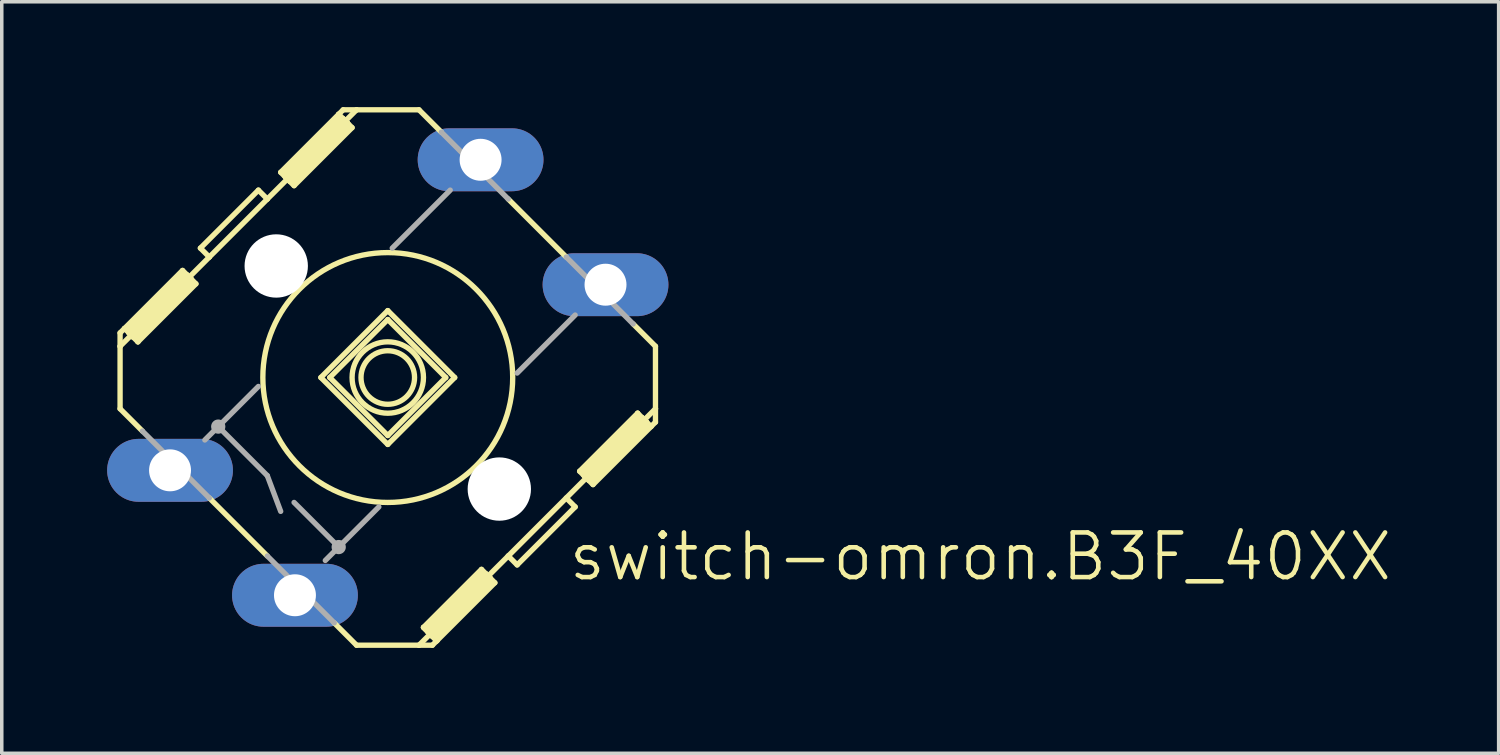
<source format=kicad_pcb>
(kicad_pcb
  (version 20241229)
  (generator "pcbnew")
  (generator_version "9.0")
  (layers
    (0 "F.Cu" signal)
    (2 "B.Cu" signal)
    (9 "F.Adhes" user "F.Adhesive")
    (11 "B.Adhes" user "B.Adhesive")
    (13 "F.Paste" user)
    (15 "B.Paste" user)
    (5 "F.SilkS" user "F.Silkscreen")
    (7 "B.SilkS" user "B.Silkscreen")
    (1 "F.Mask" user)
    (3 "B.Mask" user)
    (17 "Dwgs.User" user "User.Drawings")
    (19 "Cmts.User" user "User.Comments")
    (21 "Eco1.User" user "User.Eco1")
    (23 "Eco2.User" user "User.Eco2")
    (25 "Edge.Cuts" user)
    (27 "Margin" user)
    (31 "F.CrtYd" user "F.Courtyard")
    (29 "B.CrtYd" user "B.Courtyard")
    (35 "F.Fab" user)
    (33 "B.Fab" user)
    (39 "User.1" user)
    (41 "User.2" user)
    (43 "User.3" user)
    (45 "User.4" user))
  (footprint "switch-omron.B3F_40XX"
    (layer "F.Cu")
    (at 7.988 7.696)
    (property "Reference" "switch-omron.B3F_40XX" (at 5.08 5.842 0) (layer "F.SilkS") (effects (font (size 1.27 1.27) (thickness 0.13)) (justify left bottom)))
    (attr through_hole)
    (fp_line (start -7.62 -1.27) (end -7.62 -0.889) (stroke (width 0.152) (type default)) (layer "F.SilkS"))
    (fp_line (start -7.62 -0.889) (end -7.62 0.889) (stroke (width 0.152) (type default)) (layer "F.SilkS"))
    (fp_line (start -7.62 -0.889) (end -5.08 -3.429) (stroke (width 0.152) (type default)) (layer "F.SilkS"))
    (fp_line (start -7.62 0.889) (end -6.985 1.524) (stroke (width 0.152) (type default)) (layer "F.SilkS"))
    (fp_line (start -7.493 -1.397) (end -7.62 -1.27) (stroke (width 0.152) (type default)) (layer "F.SilkS"))
    (fp_line (start -7.493 -1.397) (end -7.366 -1.27) (stroke (width 0.152) (type default)) (layer "F.SilkS"))
    (fp_line (start -7.366 -1.397) (end -5.842 -2.921) (stroke (width 0.152) (type default)) (layer "F.SilkS"))
    (fp_line (start -7.366 -1.27) (end -7.366 -1.397) (stroke (width 0.152) (type default)) (layer "F.SilkS"))
    (fp_line (start -7.366 -1.27) (end -7.239 -1.143) (stroke (width 0.152) (type default)) (layer "F.SilkS"))
    (fp_line (start -7.366 -1.27) (end -5.715 -2.921) (stroke (width 0.152) (type default)) (layer "F.SilkS"))
    (fp_line (start -7.239 -1.143) (end -7.112 -1.016) (stroke (width 0.152) (type default)) (layer "F.SilkS"))
    (fp_line (start -7.112 -1.016) (end -7.112 -1.143) (stroke (width 0.152) (type default)) (layer "F.SilkS"))
    (fp_line (start -7.112 -1.016) (end -5.461 -2.667) (stroke (width 0.152) (type default)) (layer "F.SilkS"))
    (fp_line (start -5.842 -3.048) (end -7.493 -1.397) (stroke (width 0.152) (type default)) (layer "F.SilkS"))
    (fp_line (start -5.715 -2.921) (end -5.842 -3.048) (stroke (width 0.152) (type default)) (layer "F.SilkS"))
    (fp_line (start -5.588 -2.794) (end -7.239 -1.143) (stroke (width 0.152) (type default)) (layer "F.SilkS"))
    (fp_line (start -5.588 -2.794) (end -5.715 -2.921) (stroke (width 0.152) (type default)) (layer "F.SilkS"))
    (fp_line (start -5.588 -2.667) (end -7.112 -1.143) (stroke (width 0.152) (type default)) (layer "F.SilkS"))
    (fp_line (start -5.461 -2.667) (end -5.588 -2.794) (stroke (width 0.152) (type default)) (layer "F.SilkS"))
    (fp_line (start -5.08 -3.429) (end -5.334 -3.683) (stroke (width 0.152) (type default)) (layer "F.SilkS"))
    (fp_line (start -5.08 -3.429) (end -3.429 -5.08) (stroke (width 0.152) (type default)) (layer "F.SilkS"))
    (fp_line (start -5.08 3.429) (end -3.429 5.08) (stroke (width 0.152) (type default)) (layer "F.SilkS"))
    (fp_line (start -3.683 -5.334) (end -5.334 -3.683) (stroke (width 0.152) (type default)) (layer "F.SilkS"))
    (fp_line (start -3.683 -5.334) (end -3.429 -5.08) (stroke (width 0.152) (type default)) (layer "F.SilkS"))
    (fp_line (start -3.429 -5.08) (end -0.889 -7.62) (stroke (width 0.152) (type default)) (layer "F.SilkS"))
    (fp_line (start -3.048 -5.842) (end -2.921 -5.715) (stroke (width 0.152) (type default)) (layer "F.SilkS"))
    (fp_line (start -2.921 -5.842) (end -1.397 -7.366) (stroke (width 0.152) (type default)) (layer "F.SilkS"))
    (fp_line (start -2.921 -5.715) (end -2.794 -5.588) (stroke (width 0.152) (type default)) (layer "F.SilkS"))
    (fp_line (start -2.921 -5.715) (end -1.27 -7.366) (stroke (width 0.152) (type default)) (layer "F.SilkS"))
    (fp_line (start -2.794 -5.588) (end -2.667 -5.461) (stroke (width 0.152) (type default)) (layer "F.SilkS"))
    (fp_line (start -2.667 -5.461) (end -1.016 -7.112) (stroke (width 0.152) (type default)) (layer "F.SilkS"))
    (fp_line (start -1.524 6.985) (end -0.889 7.62) (stroke (width 0.152) (type default)) (layer "F.SilkS"))
    (fp_line (start -1.397 -7.493) (end -3.048 -5.842) (stroke (width 0.152) (type default)) (layer "F.SilkS"))
    (fp_line (start -1.397 -7.493) (end -1.397 -7.366) (stroke (width 0.152) (type default)) (layer "F.SilkS"))
    (fp_line (start -1.27 -7.62) (end -1.397 -7.493) (stroke (width 0.152) (type default)) (layer "F.SilkS"))
    (fp_line (start -1.27 -7.62) (end -0.889 -7.62) (stroke (width 0.152) (type default)) (layer "F.SilkS"))
    (fp_line (start -1.27 -7.366) (end -1.397 -7.493) (stroke (width 0.152) (type default)) (layer "F.SilkS"))
    (fp_line (start -1.143 -7.239) (end -2.794 -5.588) (stroke (width 0.152) (type default)) (layer "F.SilkS"))
    (fp_line (start -1.143 -7.239) (end -1.27 -7.366) (stroke (width 0.152) (type default)) (layer "F.SilkS"))
    (fp_line (start -1.143 -7.239) (end -1.143 -7.112) (stroke (width 0.152) (type default)) (layer "F.SilkS"))
    (fp_line (start -1.143 -7.112) (end -2.667 -5.588) (stroke (width 0.152) (type default)) (layer "F.SilkS"))
    (fp_line (start -1.016 -7.112) (end -1.143 -7.239) (stroke (width 0.152) (type default)) (layer "F.SilkS"))
    (fp_line (start -0.889 -7.62) (end 0.889 -7.62) (stroke (width 0.152) (type default)) (layer "F.SilkS"))
    (fp_line (start -0.889 7.62) (end 0.889 7.62) (stroke (width 0.152) (type default)) (layer "F.SilkS"))
    (fp_line (start 0 -1.905) (end -1.905 0) (stroke (width 0.152) (type default)) (layer "F.SilkS"))
    (fp_line (start 0 -1.905) (end 1.905 0) (stroke (width 0.152) (type default)) (layer "F.SilkS"))
    (fp_line (start 0 -1.651) (end -1.651 0) (stroke (width 0.152) (type default)) (layer "F.SilkS"))
    (fp_line (start 0 -1.651) (end 1.651 0) (stroke (width 0.152) (type default)) (layer "F.SilkS"))
    (fp_line (start 0 1.651) (end -1.651 0) (stroke (width 0.152) (type default)) (layer "F.SilkS"))
    (fp_line (start 0 1.651) (end 1.651 0) (stroke (width 0.152) (type default)) (layer "F.SilkS"))
    (fp_line (start 0 1.905) (end -1.905 0) (stroke (width 0.152) (type default)) (layer "F.SilkS"))
    (fp_line (start 0 1.905) (end 1.905 0) (stroke (width 0.152) (type default)) (layer "F.SilkS"))
    (fp_line (start 0.889 -7.62) (end 1.524 -6.985) (stroke (width 0.152) (type default)) (layer "F.SilkS"))
    (fp_line (start 0.889 7.62) (end 3.429 5.08) (stroke (width 0.152) (type default)) (layer "F.SilkS"))
    (fp_line (start 1.016 7.112) (end 1.143 7.239) (stroke (width 0.152) (type default)) (layer "F.SilkS"))
    (fp_line (start 1.143 7.112) (end 2.667 5.588) (stroke (width 0.152) (type default)) (layer "F.SilkS"))
    (fp_line (start 1.143 7.239) (end 1.143 7.112) (stroke (width 0.152) (type default)) (layer "F.SilkS"))
    (fp_line (start 1.143 7.239) (end 1.27 7.366) (stroke (width 0.152) (type default)) (layer "F.SilkS"))
    (fp_line (start 1.143 7.239) (end 2.794 5.588) (stroke (width 0.152) (type default)) (layer "F.SilkS"))
    (fp_line (start 1.27 7.366) (end 1.397 7.493) (stroke (width 0.152) (type default)) (layer "F.SilkS"))
    (fp_line (start 1.27 7.62) (end 0.889 7.62) (stroke (width 0.152) (type default)) (layer "F.SilkS"))
    (fp_line (start 1.27 7.62) (end 1.397 7.493) (stroke (width 0.152) (type default)) (layer "F.SilkS"))
    (fp_line (start 1.397 7.493) (end 1.016 7.112) (stroke (width 0.152) (type default)) (layer "F.SilkS"))
    (fp_line (start 1.397 7.493) (end 1.397 7.366) (stroke (width 0.152) (type default)) (layer "F.SilkS"))
    (fp_line (start 1.397 7.493) (end 3.048 5.842) (stroke (width 0.152) (type default)) (layer "F.SilkS"))
    (fp_line (start 2.667 5.461) (end 1.016 7.112) (stroke (width 0.152) (type default)) (layer "F.SilkS"))
    (fp_line (start 2.794 5.588) (end 2.667 5.461) (stroke (width 0.152) (type default)) (layer "F.SilkS"))
    (fp_line (start 2.921 5.715) (end 1.27 7.366) (stroke (width 0.152) (type default)) (layer "F.SilkS"))
    (fp_line (start 2.921 5.715) (end 2.794 5.588) (stroke (width 0.152) (type default)) (layer "F.SilkS"))
    (fp_line (start 2.921 5.842) (end 1.397 7.366) (stroke (width 0.152) (type default)) (layer "F.SilkS"))
    (fp_line (start 3.048 5.842) (end 2.921 5.715) (stroke (width 0.152) (type default)) (layer "F.SilkS"))
    (fp_line (start 3.429 -5.08) (end 5.08 -3.429) (stroke (width 0.152) (type default)) (layer "F.SilkS"))
    (fp_line (start 3.429 5.08) (end 7.62 0.889) (stroke (width 0.152) (type default)) (layer "F.SilkS"))
    (fp_line (start 3.683 5.334) (end 3.429 5.08) (stroke (width 0.152) (type default)) (layer "F.SilkS"))
    (fp_line (start 5.08 3.429) (end 5.334 3.683) (stroke (width 0.152) (type default)) (layer "F.SilkS"))
    (fp_line (start 5.334 3.683) (end 3.683 5.334) (stroke (width 0.152) (type default)) (layer "F.SilkS"))
    (fp_line (start 5.461 2.667) (end 5.588 2.794) (stroke (width 0.152) (type default)) (layer "F.SilkS"))
    (fp_line (start 5.588 2.667) (end 7.112 1.143) (stroke (width 0.152) (type default)) (layer "F.SilkS"))
    (fp_line (start 5.588 2.794) (end 5.715 2.921) (stroke (width 0.152) (type default)) (layer "F.SilkS"))
    (fp_line (start 5.588 2.794) (end 7.239 1.143) (stroke (width 0.152) (type default)) (layer "F.SilkS"))
    (fp_line (start 5.715 2.921) (end 5.842 3.048) (stroke (width 0.152) (type default)) (layer "F.SilkS"))
    (fp_line (start 5.842 3.048) (end 7.493 1.397) (stroke (width 0.152) (type default)) (layer "F.SilkS"))
    (fp_line (start 6.985 -1.524) (end 7.62 -0.889) (stroke (width 0.152) (type default)) (layer "F.SilkS"))
    (fp_line (start 7.112 1.016) (end 5.461 2.667) (stroke (width 0.152) (type default)) (layer "F.SilkS"))
    (fp_line (start 7.112 1.016) (end 7.112 1.143) (stroke (width 0.152) (type default)) (layer "F.SilkS"))
    (fp_line (start 7.239 1.143) (end 7.112 1.016) (stroke (width 0.152) (type default)) (layer "F.SilkS"))
    (fp_line (start 7.366 1.27) (end 5.715 2.921) (stroke (width 0.152) (type default)) (layer "F.SilkS"))
    (fp_line (start 7.366 1.27) (end 7.239 1.143) (stroke (width 0.152) (type default)) (layer "F.SilkS"))
    (fp_line (start 7.366 1.27) (end 7.366 1.397) (stroke (width 0.152) (type default)) (layer "F.SilkS"))
    (fp_line (start 7.366 1.397) (end 5.842 2.921) (stroke (width 0.152) (type default)) (layer "F.SilkS"))
    (fp_line (start 7.493 1.397) (end 7.366 1.27) (stroke (width 0.152) (type default)) (layer "F.SilkS"))
    (fp_line (start 7.493 1.397) (end 7.62 1.27) (stroke (width 0.152) (type default)) (layer "F.SilkS"))
    (fp_line (start 7.62 -0.889) (end 7.62 0.889) (stroke (width 0.152) (type default)) (layer "F.SilkS"))
    (fp_line (start 7.62 1.27) (end 7.62 0.889) (stroke (width 0.152) (type default)) (layer "F.SilkS"))
    (fp_circle (center 0 0) (end 0.762 0) (stroke (width 0.152) (type default)) (fill no) (layer "F.SilkS"))
    (fp_circle (center 0 0) (end 1.016 0) (stroke (width 0.152) (type default)) (fill no) (layer "F.SilkS"))
    (fp_circle (center 0 0) (end 3.556 0) (stroke (width 0.152) (type default)) (fill no) (layer "F.SilkS"))
    (fp_line (start -6.604 2.413) (end -5.969 3.048) (stroke (width 0.152) (type default)) (layer "F.Fab"))
    (fp_line (start -6.477 2.286) (end -6.604 2.413) (stroke (width 0.152) (type default)) (layer "F.Fab"))
    (fp_line (start -6.477 2.286) (end -6.477 2.413) (stroke (width 0.152) (type default)) (layer "F.Fab"))
    (fp_line (start -6.477 2.286) (end -5.842 2.921) (stroke (width 0.152) (type default)) (layer "F.Fab"))
    (fp_line (start -6.477 2.413) (end -5.969 2.921) (stroke (width 0.152) (type default)) (layer "F.Fab"))
    (fp_line (start -6.35 2.159) (end -6.985 1.524) (stroke (width 0.152) (type default)) (layer "F.Fab"))
    (fp_line (start -6.35 2.159) (end -6.477 2.286) (stroke (width 0.152) (type default)) (layer "F.Fab"))
    (fp_line (start -6.35 2.286) (end -5.842 2.794) (stroke (width 0.152) (type default)) (layer "F.Fab"))
    (fp_line (start -5.969 3.048) (end -5.842 2.921) (stroke (width 0.152) (type default)) (layer "F.Fab"))
    (fp_line (start -5.842 2.921) (end -5.715 2.794) (stroke (width 0.152) (type default)) (layer "F.Fab"))
    (fp_line (start -5.715 2.794) (end -6.35 2.159) (stroke (width 0.152) (type default)) (layer "F.Fab"))
    (fp_line (start -5.715 2.794) (end -5.842 2.794) (stroke (width 0.152) (type default)) (layer "F.Fab"))
    (fp_line (start -5.207 1.778) (end -4.826 1.397) (stroke (width 0.152) (type default)) (layer "F.Fab"))
    (fp_line (start -5.08 3.429) (end -5.715 2.794) (stroke (width 0.152) (type default)) (layer "F.Fab"))
    (fp_line (start -4.826 1.397) (end -3.683 0.254) (stroke (width 0.152) (type default)) (layer "F.Fab"))
    (fp_line (start -4.826 1.397) (end -3.429 2.794) (stroke (width 0.152) (type default)) (layer "F.Fab"))
    (fp_line (start -3.429 2.794) (end -3.048 3.81) (stroke (width 0.152) (type default)) (layer "F.Fab"))
    (fp_line (start -3.048 5.969) (end -2.413 6.604) (stroke (width 0.152) (type default)) (layer "F.Fab"))
    (fp_line (start -2.921 5.842) (end -3.048 5.969) (stroke (width 0.152) (type default)) (layer "F.Fab"))
    (fp_line (start -2.921 5.842) (end -2.921 5.969) (stroke (width 0.152) (type default)) (layer "F.Fab"))
    (fp_line (start -2.921 5.842) (end -2.286 6.477) (stroke (width 0.152) (type default)) (layer "F.Fab"))
    (fp_line (start -2.921 5.969) (end -2.413 6.477) (stroke (width 0.152) (type default)) (layer "F.Fab"))
    (fp_line (start -2.794 5.715) (end -3.429 5.08) (stroke (width 0.152) (type default)) (layer "F.Fab"))
    (fp_line (start -2.794 5.715) (end -2.921 5.842) (stroke (width 0.152) (type default)) (layer "F.Fab"))
    (fp_line (start -2.794 5.842) (end -2.286 6.35) (stroke (width 0.152) (type default)) (layer "F.Fab"))
    (fp_line (start -2.667 3.556) (end -1.397 4.826) (stroke (width 0.152) (type default)) (layer "F.Fab"))
    (fp_line (start -2.413 6.604) (end -2.286 6.477) (stroke (width 0.152) (type default)) (layer "F.Fab"))
    (fp_line (start -2.286 6.477) (end -2.159 6.35) (stroke (width 0.152) (type default)) (layer "F.Fab"))
    (fp_line (start -2.159 6.35) (end -2.794 5.715) (stroke (width 0.152) (type default)) (layer "F.Fab"))
    (fp_line (start -2.159 6.35) (end -2.286 6.35) (stroke (width 0.152) (type default)) (layer "F.Fab"))
    (fp_line (start -1.524 6.985) (end -2.159 6.35) (stroke (width 0.152) (type default)) (layer "F.Fab"))
    (fp_line (start -1.397 4.826) (end -1.778 5.207) (stroke (width 0.152) (type default)) (layer "F.Fab"))
    (fp_line (start -0.254 3.683) (end -1.397 4.826) (stroke (width 0.152) (type default)) (layer "F.Fab"))
    (fp_line (start 0.127 -3.683) (end 1.778 -5.334) (stroke (width 0.152) (type default)) (layer "F.Fab"))
    (fp_line (start 2.159 -6.35) (end 1.524 -6.985) (stroke (width 0.152) (type default)) (layer "F.Fab"))
    (fp_line (start 2.159 -6.35) (end 2.286 -6.35) (stroke (width 0.152) (type default)) (layer "F.Fab"))
    (fp_line (start 2.286 -6.477) (end 2.159 -6.35) (stroke (width 0.152) (type default)) (layer "F.Fab"))
    (fp_line (start 2.413 -6.604) (end 2.286 -6.477) (stroke (width 0.152) (type default)) (layer "F.Fab"))
    (fp_line (start 2.794 -5.842) (end 2.286 -6.35) (stroke (width 0.152) (type default)) (layer "F.Fab"))
    (fp_line (start 2.794 -5.715) (end 2.159 -6.35) (stroke (width 0.152) (type default)) (layer "F.Fab"))
    (fp_line (start 2.794 -5.715) (end 2.921 -5.842) (stroke (width 0.152) (type default)) (layer "F.Fab"))
    (fp_line (start 2.794 -5.715) (end 3.429 -5.08) (stroke (width 0.152) (type default)) (layer "F.Fab"))
    (fp_line (start 2.921 -5.969) (end 2.413 -6.477) (stroke (width 0.152) (type default)) (layer "F.Fab"))
    (fp_line (start 2.921 -5.842) (end 2.286 -6.477) (stroke (width 0.152) (type default)) (layer "F.Fab"))
    (fp_line (start 2.921 -5.842) (end 2.921 -5.969) (stroke (width 0.152) (type default)) (layer "F.Fab"))
    (fp_line (start 2.921 -5.842) (end 3.048 -5.969) (stroke (width 0.152) (type default)) (layer "F.Fab"))
    (fp_line (start 3.048 -5.969) (end 2.413 -6.604) (stroke (width 0.152) (type default)) (layer "F.Fab"))
    (fp_line (start 5.334 -1.778) (end 3.683 -0.127) (stroke (width 0.152) (type default)) (layer "F.Fab"))
    (fp_line (start 5.715 -2.794) (end 5.842 -2.794) (stroke (width 0.152) (type default)) (layer "F.Fab"))
    (fp_line (start 5.715 -2.794) (end 6.35 -2.159) (stroke (width 0.152) (type default)) (layer "F.Fab"))
    (fp_line (start 5.842 -2.921) (end 5.715 -2.794) (stroke (width 0.152) (type default)) (layer "F.Fab"))
    (fp_line (start 5.969 -3.048) (end 5.842 -2.921) (stroke (width 0.152) (type default)) (layer "F.Fab"))
    (fp_line (start 6.35 -2.286) (end 5.842 -2.794) (stroke (width 0.152) (type default)) (layer "F.Fab"))
    (fp_line (start 6.35 -2.159) (end 5.08 -3.429) (stroke (width 0.152) (type default)) (layer "F.Fab"))
    (fp_line (start 6.35 -2.159) (end 6.477 -2.286) (stroke (width 0.152) (type default)) (layer "F.Fab"))
    (fp_line (start 6.35 -2.159) (end 6.985 -1.524) (stroke (width 0.152) (type default)) (layer "F.Fab"))
    (fp_line (start 6.477 -2.413) (end 5.969 -2.921) (stroke (width 0.152) (type default)) (layer "F.Fab"))
    (fp_line (start 6.477 -2.286) (end 5.842 -2.921) (stroke (width 0.152) (type default)) (layer "F.Fab"))
    (fp_line (start 6.477 -2.286) (end 6.477 -2.413) (stroke (width 0.152) (type default)) (layer "F.Fab"))
    (fp_line (start 6.477 -2.286) (end 6.604 -2.413) (stroke (width 0.152) (type default)) (layer "F.Fab"))
    (fp_line (start 6.604 -2.413) (end 5.969 -3.048) (stroke (width 0.152) (type default)) (layer "F.Fab"))
    (fp_circle (center -4.826 1.397) (end -4.699 1.397) (stroke (width 0.152) (type default)) (fill no) (layer "F.Fab"))
    (fp_circle (center -1.397 4.826) (end -1.27 4.826) (stroke (width 0.152) (type default)) (fill no) (layer "F.Fab"))
    (pad "" np_thru_hole circle (at -3.175 -3.175) (size 1.803 1.803) (drill 1.803) (layers "*.Cu" "*.Mask"))
    (pad "" np_thru_hole circle (at 3.175 3.175) (size 1.803 1.803) (drill 1.803) (layers "*.Cu" "*.Mask"))
    (pad "1" thru_hole oval (at -6.198 2.642) (size 3.581 1.791) (drill 1.194) (layers "*.Cu" "*.Mask"))
    (pad "2" thru_hole oval (at 2.642 -6.198) (size 3.581 1.791) (drill 1.194) (layers "*.Cu" "*.Mask"))
    (pad "3" thru_hole oval (at -2.642 6.198) (size 3.581 1.791) (drill 1.194) (layers "*.Cu" "*.Mask"))
    (pad "4" thru_hole oval (at 6.198 -2.642) (size 3.581 1.791) (drill 1.194) (layers "*.Cu" "*.Mask")))
  (gr_rect
    (start -3 -3)
    (end 39.609 18.392)
    (stroke (width 0.1) (type default))
    (fill no)
    (layer "Edge.Cuts")))
</source>
